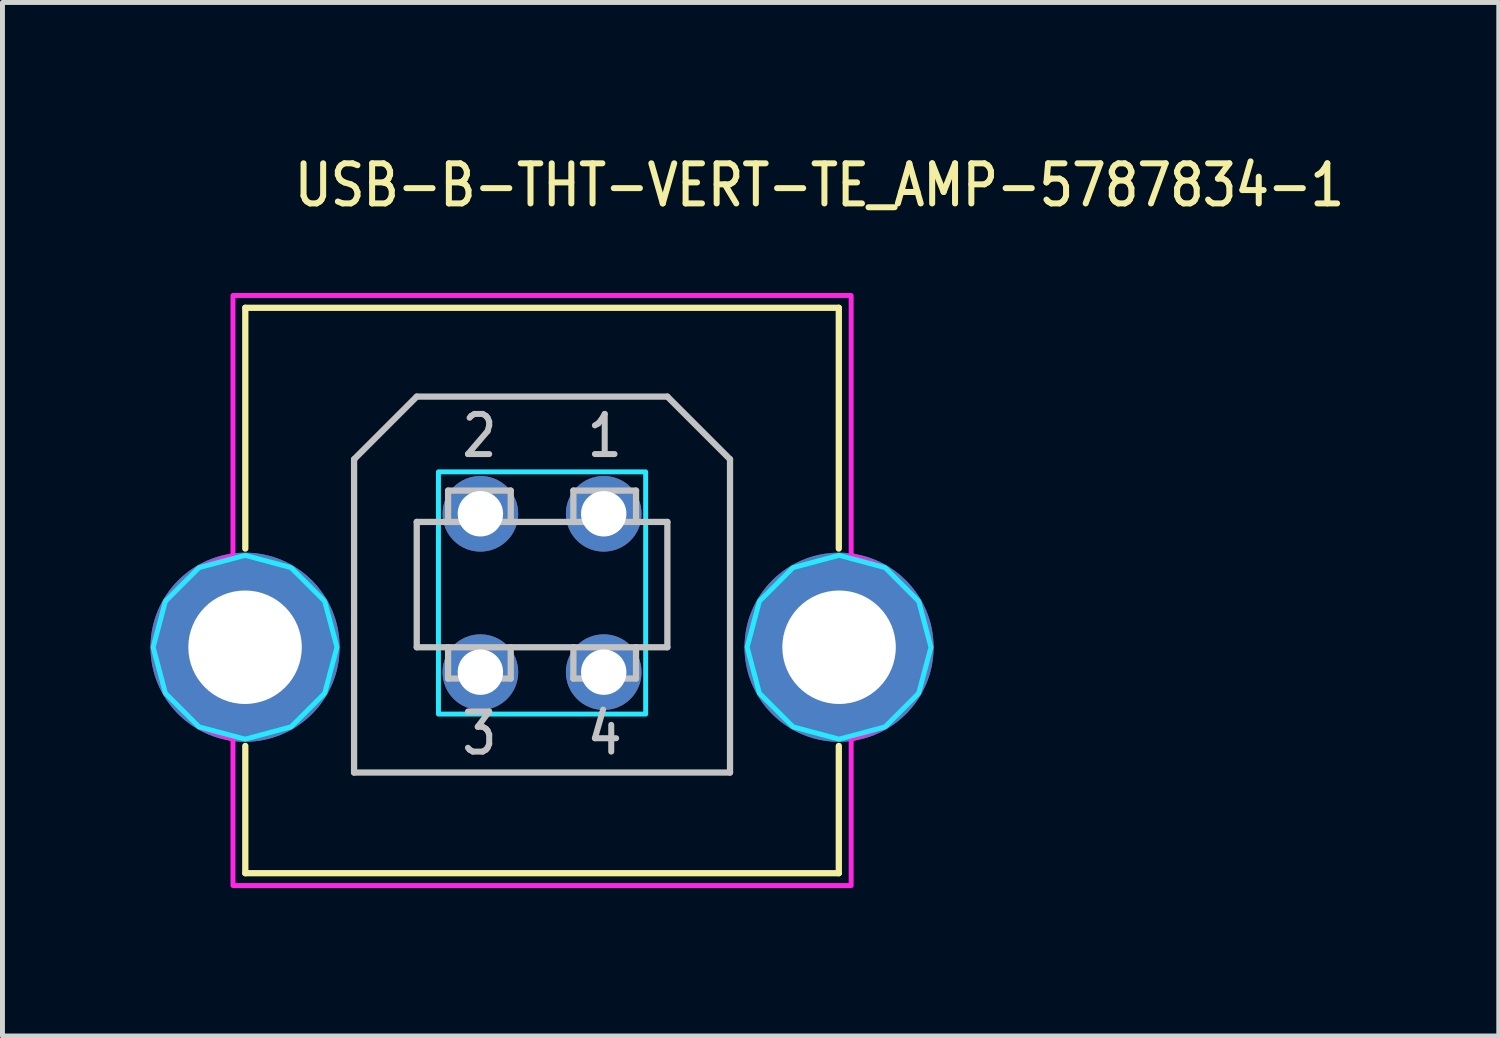
<source format=kicad_pcb>
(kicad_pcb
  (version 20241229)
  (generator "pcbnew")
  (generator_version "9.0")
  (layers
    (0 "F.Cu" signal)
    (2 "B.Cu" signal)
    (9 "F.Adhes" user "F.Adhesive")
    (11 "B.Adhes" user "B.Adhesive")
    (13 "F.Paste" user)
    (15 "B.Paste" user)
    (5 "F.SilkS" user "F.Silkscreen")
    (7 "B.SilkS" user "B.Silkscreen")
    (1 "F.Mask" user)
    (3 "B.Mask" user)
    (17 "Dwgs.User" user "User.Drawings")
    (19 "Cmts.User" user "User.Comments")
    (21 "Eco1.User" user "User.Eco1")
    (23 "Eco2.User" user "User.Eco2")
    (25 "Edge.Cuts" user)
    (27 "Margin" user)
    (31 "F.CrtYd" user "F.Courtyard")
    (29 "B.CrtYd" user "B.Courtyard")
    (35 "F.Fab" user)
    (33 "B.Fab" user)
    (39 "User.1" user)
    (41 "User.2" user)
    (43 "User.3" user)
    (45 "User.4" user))
  (footprint "USB-B-THT-VERT-TE_AMP-5787834-1"
    (layer "F.Cu")
    (at 7.937 10.069)
    (property "Reference" "USB-B-THT-VERT-TE_AMP-5787834-1" (at -5.08 -8.89 0) (unlocked yes) (layer "F.SilkS") (effects (font (size 0.813 0.695) (thickness 0.122)) (justify left bottom)))
    (fp_line (start -6.015 -6.88) (end 6.015 -6.88) (stroke (width 0.127) (type solid)) (layer "F.SilkS"))
    (fp_line (start -6.015 -2) (end -6.015 -6.88) (stroke (width 0.127) (type solid)) (layer "F.SilkS"))
    (fp_line (start -6.015 2) (end -6.015 4.58) (stroke (width 0.127) (type solid)) (layer "F.SilkS"))
    (fp_line (start -6.015 4.58) (end 6.015 4.58) (stroke (width 0.127) (type solid)) (layer "F.SilkS"))
    (fp_line (start 6.015 -6.88) (end 6.015 -2) (stroke (width 0.127) (type solid)) (layer "F.SilkS"))
    (fp_line (start 6.015 4.58) (end 6.015 2) (stroke (width 0.127) (type solid)) (layer "F.SilkS"))
    (fp_line (start -3.81 -3.81) (end -3.81 2.54) (stroke (width 0.127) (type solid)) (layer "Dwgs.User"))
    (fp_line (start -3.81 2.54) (end 3.81 2.54) (stroke (width 0.127) (type solid)) (layer "Dwgs.User"))
    (fp_line (start -2.54 -5.08) (end -3.81 -3.81) (stroke (width 0.127) (type solid)) (layer "Dwgs.User"))
    (fp_line (start -2.54 -2.54) (end -1.905 -2.54) (stroke (width 0.127) (type solid)) (layer "Dwgs.User"))
    (fp_line (start -2.54 0) (end -2.54 -2.54) (stroke (width 0.127) (type solid)) (layer "Dwgs.User"))
    (fp_line (start -1.905 -3.175) (end -1.905 -2.54) (stroke (width 0.127) (type solid)) (layer "Dwgs.User"))
    (fp_line (start -1.905 -2.54) (end -0.635 -2.54) (stroke (width 0.127) (type solid)) (layer "Dwgs.User"))
    (fp_line (start -1.905 0) (end -2.54 0) (stroke (width 0.127) (type solid)) (layer "Dwgs.User"))
    (fp_line (start -1.905 0.635) (end -1.905 0) (stroke (width 0.127) (type solid)) (layer "Dwgs.User"))
    (fp_line (start -0.635 -3.175) (end -1.905 -3.175) (stroke (width 0.127) (type solid)) (layer "Dwgs.User"))
    (fp_line (start -0.635 -2.54) (end -0.635 -3.175) (stroke (width 0.127) (type solid)) (layer "Dwgs.User"))
    (fp_line (start -0.635 -2.54) (end 0.635 -2.54) (stroke (width 0.127) (type solid)) (layer "Dwgs.User"))
    (fp_line (start -0.635 0) (end -1.905 0) (stroke (width 0.127) (type solid)) (layer "Dwgs.User"))
    (fp_line (start -0.635 0) (end -0.635 0.635) (stroke (width 0.127) (type solid)) (layer "Dwgs.User"))
    (fp_line (start -0.635 0.635) (end -1.905 0.635) (stroke (width 0.127) (type solid)) (layer "Dwgs.User"))
    (fp_line (start 0.635 -3.175) (end 0.635 -2.54) (stroke (width 0.127) (type solid)) (layer "Dwgs.User"))
    (fp_line (start 0.635 -2.54) (end 1.905 -2.54) (stroke (width 0.127) (type solid)) (layer "Dwgs.User"))
    (fp_line (start 0.635 0) (end -0.635 0) (stroke (width 0.127) (type solid)) (layer "Dwgs.User"))
    (fp_line (start 0.635 0.635) (end 0.635 0) (stroke (width 0.127) (type solid)) (layer "Dwgs.User"))
    (fp_line (start 1.905 -3.175) (end 0.635 -3.175) (stroke (width 0.127) (type solid)) (layer "Dwgs.User"))
    (fp_line (start 1.905 -2.54) (end 1.905 -3.175) (stroke (width 0.127) (type solid)) (layer "Dwgs.User"))
    (fp_line (start 1.905 -2.54) (end 2.54 -2.54) (stroke (width 0.127) (type solid)) (layer "Dwgs.User"))
    (fp_line (start 1.905 0) (end 0.635 0) (stroke (width 0.127) (type solid)) (layer "Dwgs.User"))
    (fp_line (start 1.905 0) (end 1.905 0.635) (stroke (width 0.127) (type solid)) (layer "Dwgs.User"))
    (fp_line (start 1.905 0.635) (end 0.635 0.635) (stroke (width 0.127) (type solid)) (layer "Dwgs.User"))
    (fp_line (start 2.54 -5.08) (end -2.54 -5.08) (stroke (width 0.127) (type solid)) (layer "Dwgs.User"))
    (fp_line (start 2.54 -2.54) (end 2.54 0) (stroke (width 0.127) (type solid)) (layer "Dwgs.User"))
    (fp_line (start 2.54 0) (end 1.905 0) (stroke (width 0.127) (type solid)) (layer "Dwgs.User"))
    (fp_line (start 3.81 -3.81) (end 2.54 -5.08) (stroke (width 0.127) (type solid)) (layer "Dwgs.User"))
    (fp_line (start 3.81 2.54) (end 3.81 -3.81) (stroke (width 0.127) (type solid)) (layer "Dwgs.User"))
    (fp_poly (pts (xy -2.1 -3.555) (xy 2.1 -3.555) (xy 2.1 1.355) (xy -2.1 1.355)) (stroke (width 0.1) (type solid)) (fill no) (layer "B.CrtYd"))
    (fp_poly (pts (xy -4.157 0) (xy -4.406 -0.932) (xy -5.088 -1.614) (xy -6.02 -1.863) (xy -6.952 -1.614) (xy -7.634 -0.932) (xy -7.883 0) (xy -7.634 0.932) (xy -6.952 1.614) (xy -6.02 1.863) (xy -5.088 1.614) (xy -4.406 0.932)) (stroke (width 0.1) (type solid)) (fill no) (layer "B.CrtYd"))
    (fp_poly (pts (xy 7.883 0) (xy 7.634 -0.932) (xy 6.952 -1.614) (xy 6.02 -1.863) (xy 5.088 -1.614) (xy 4.406 -0.932) (xy 4.157 0) (xy 4.406 0.932) (xy 5.088 1.614) (xy 6.02 1.863) (xy 6.952 1.614) (xy 7.634 0.932)) (stroke (width 0.1) (type solid)) (fill no) (layer "B.CrtYd"))
    (fp_poly (pts (xy -6.265 -1.863) (xy -6.265 -7.13) (xy 6.265 -7.13) (xy 6.265 -1.863) (xy 6.952 -1.614) (xy 7.634 -0.932) (xy 7.883 0) (xy 7.634 0.932) (xy 6.952 1.614) (xy 6.265 1.863) (xy 6.265 4.83) (xy -6.265 4.83) (xy -6.265 1.863) (xy -6.952 1.614) (xy -7.634 0.932) (xy -7.883 0) (xy -7.634 -0.932) (xy -6.952 -1.614)) (stroke (width 0.1) (type solid)) (fill no) (layer "F.CrtYd"))
    (fp_text user "4" (at 1.27 1.27 0) (unlocked yes) (layer "Dwgs.User") (effects (font (size 0.813 0.695) (thickness 0.122)) (justify top)))
    (fp_text user "1" (at 1.27 -3.81 0) (unlocked yes) (layer "Dwgs.User") (effects (font (size 0.813 0.695) (thickness 0.122)) (justify bottom)))
    (fp_text user "2" (at -1.27 -3.81 0) (unlocked yes) (layer "Dwgs.User") (effects (font (size 0.813 0.695) (thickness 0.122)) (justify bottom)))
    (fp_text user "3" (at -1.27 1.27 0) (unlocked yes) (layer "Dwgs.User") (effects (font (size 0.813 0.695) (thickness 0.122)) (justify top)))
    (pad "P$1" thru_hole oval (at 1.25 -2.705) (size 1.533 1.533) (drill 0.92) (layers "*.Cu" "*.Mask"))
    (pad "P$2" thru_hole oval (at -1.25 -2.705) (size 1.533 1.533) (drill 0.92) (layers "*.Cu" "*.Mask"))
    (pad "P$3" thru_hole oval (at -1.25 0.505) (size 1.533 1.533) (drill 0.92) (layers "*.Cu" "*.Mask"))
    (pad "P$4" thru_hole oval (at 1.25 0.505) (size 1.533 1.533) (drill 0.92) (layers "*.Cu" "*.Mask"))
    (pad "SHELL1" thru_hole oval (at -6.02 0) (size 3.833 3.833) (drill 2.3) (layers "*.Cu" "*.Mask"))
    (pad "SHELL2" thru_hole oval (at 6.02 0) (size 3.833 3.833) (drill 2.3) (layers "*.Cu" "*.Mask")))
  (gr_rect
    (start -3 -3)
    (end 27.329 17.949)
    (stroke (width 0.1) (type default))
    (fill no)
    (layer "Edge.Cuts")))
</source>
